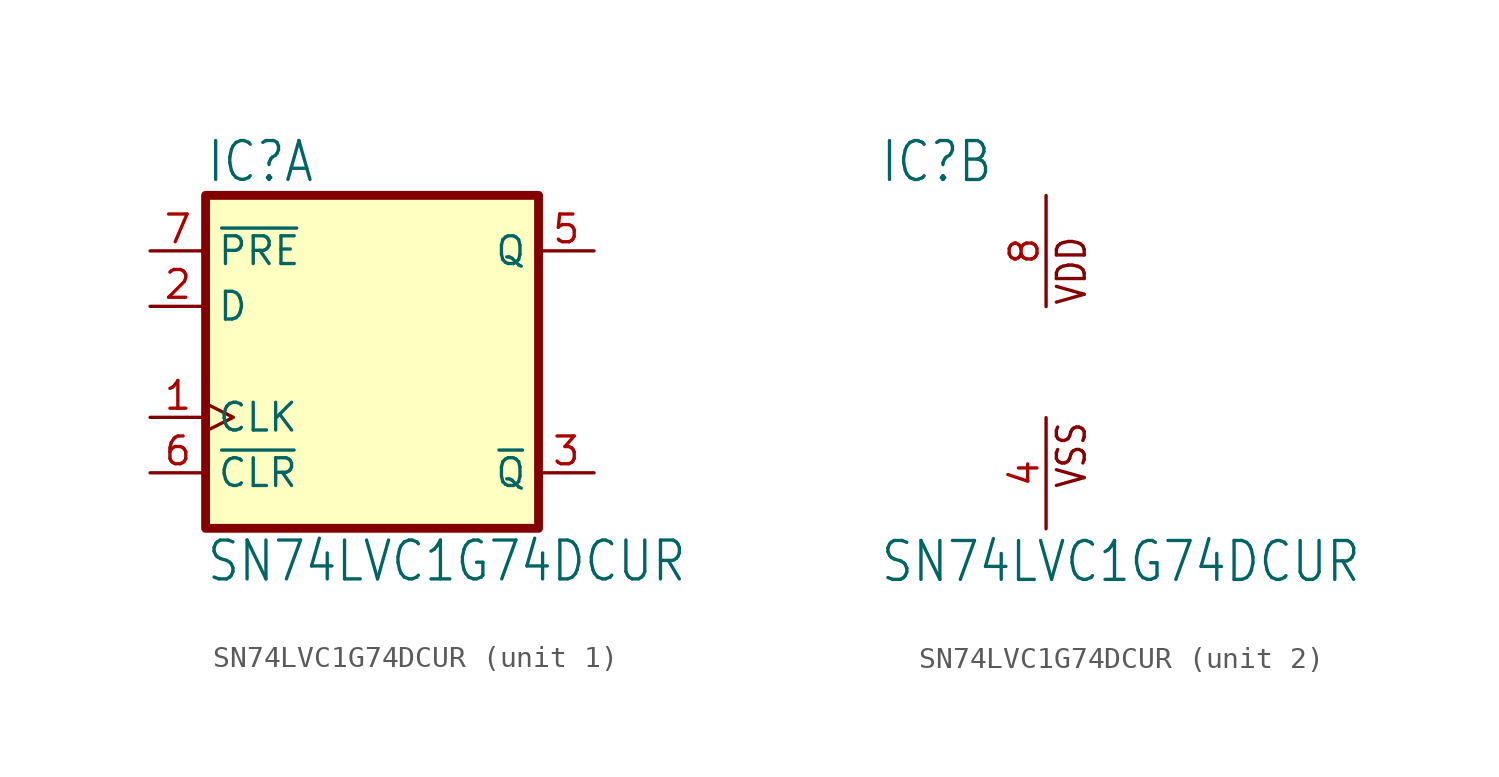
<source format=kicad_sym>
(kicad_symbol_lib
  (version 20220914)
  (generator kicad_symbol_editor)
  (symbol "SN74LVC1G74DCUR"
    (property "Reference" "IC"
      (at -7.62 8.128 0)
      (effects (font (size 1.778 1.511)) (justify left bottom)))
    (property "Value" "SN74LVC1G74DCUR"
      (at -7.62 -10.16 0)
      (effects (font (size 1.778 1.511)) (justify left bottom)))
    (property "ki_locked" ""
      (at 0 0 0)
      (effects (font (size 1.27 1.27))))
    (symbol "SN74LVC1G74DCUR_1_0"
      (pin input clock (at -10.16 -2.54 0) (length 2.54) (name "CLK" (effects (font (size 1.27 1.27)))) (number "1" (effects (font (size 1.27 1.27)))))
      (pin input line (at -10.16 2.54 0) (length 2.54) (name "D" (effects (font (size 1.27 1.27)))) (number "2" (effects (font (size 1.27 1.27)))))
      (pin output line (at 10.16 -5.08 180) (length 2.54) (name "~{Q}" (effects (font (size 1.27 1.27)))) (number "3" (effects (font (size 1.27 1.27)))))
      (pin output line (at 10.16 5.08 180) (length 2.54) (name "Q" (effects (font (size 1.27 1.27)))) (number "5" (effects (font (size 1.27 1.27)))))
      (pin input line (at -10.16 -5.08 0) (length 2.54) (name "~{CLR}" (effects (font (size 1.27 1.27)))) (number "6" (effects (font (size 1.27 1.27)))))
      (pin input line (at -10.16 5.08 0) (length 2.54) (name "~{PRE}" (effects (font (size 1.27 1.27)))) (number "7" (effects (font (size 1.27 1.27))))))
    (symbol "SN74LVC1G74DCUR_1_1"
      (rectangle (start -7.62 7.62) (end 7.62 -7.62) (stroke (width 0.406) (type default)) (fill (type background))))
    (symbol "SN74LVC1G74DCUR_2_0"
      (text "VDD" (at 1.905 2.54 900) (effects (font (size 1.27 1.079)) (justify left bottom)))
      (text "VSS" (at 1.905 -5.842 900) (effects (font (size 1.27 1.079)) (justify left bottom)))
      (pin power_in line (at 0 -7.62 90) (length 5.08) (name "VSS" (effects (font (size 0 0)))) (number "4" (effects (font (size 1.27 1.27)))))
      (pin power_in line (at 0 7.62 270) (length 5.08) (name "VDD" (effects (font (size 0 0)))) (number "8" (effects (font (size 1.27 1.27))))))))
</source>
